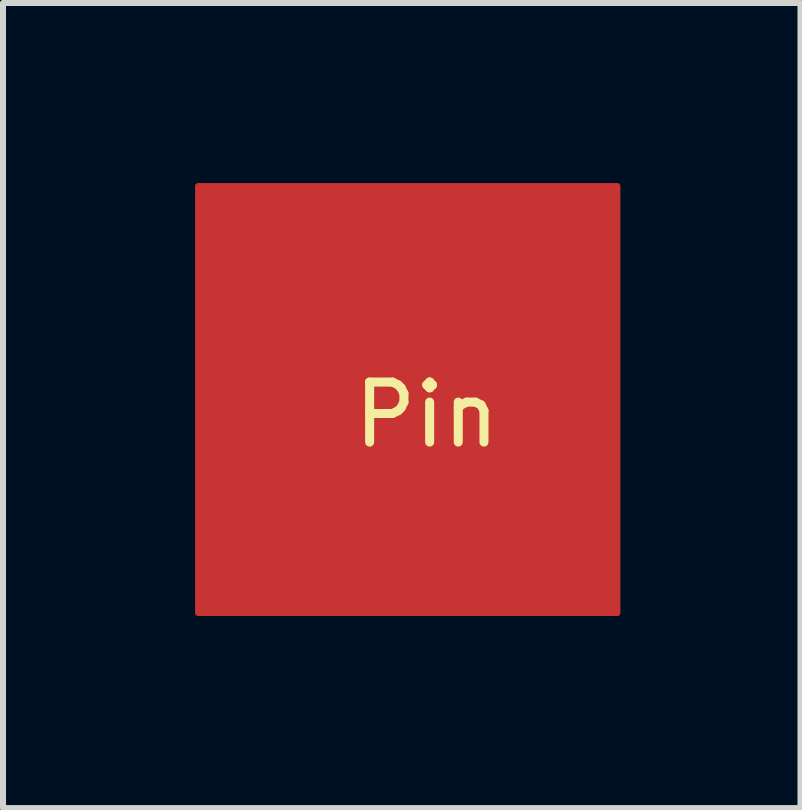
<source format=kicad_pcb>
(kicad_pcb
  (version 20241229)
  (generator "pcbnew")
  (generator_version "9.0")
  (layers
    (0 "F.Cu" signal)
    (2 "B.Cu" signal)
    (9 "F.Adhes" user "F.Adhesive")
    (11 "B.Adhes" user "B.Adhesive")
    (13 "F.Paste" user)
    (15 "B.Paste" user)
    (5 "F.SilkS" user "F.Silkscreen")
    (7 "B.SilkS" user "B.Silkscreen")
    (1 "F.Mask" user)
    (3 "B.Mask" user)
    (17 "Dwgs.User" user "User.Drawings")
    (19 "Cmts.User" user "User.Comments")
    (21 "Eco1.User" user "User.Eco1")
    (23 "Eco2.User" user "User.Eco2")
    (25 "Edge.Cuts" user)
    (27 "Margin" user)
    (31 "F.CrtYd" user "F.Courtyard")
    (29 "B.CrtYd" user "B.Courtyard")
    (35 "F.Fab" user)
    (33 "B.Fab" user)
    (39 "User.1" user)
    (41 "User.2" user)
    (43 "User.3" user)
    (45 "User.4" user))
  (footprint "Pin"
    (layer "F.Cu")
    (at 0.25 7.162)
    (property "Reference" "Pin" (at 3.81 -3.302 0) (layer "F.SilkS") (effects (font (size 1 1) (thickness 0.15))))
    (attr through_hole)
    (fp_poly (pts (xy 6.985 0) (xy 0 0) (xy 0 -7.112) (xy 6.985 -7.112)) (stroke (width 0.1) (type solid)) (fill yes) (layer "F.Cu")))
  (gr_rect
    (start -3 -3)
    (end 10.285 10.412)
    (stroke (width 0.1) (type default))
    (fill no)
    (layer "Edge.Cuts")))
</source>
